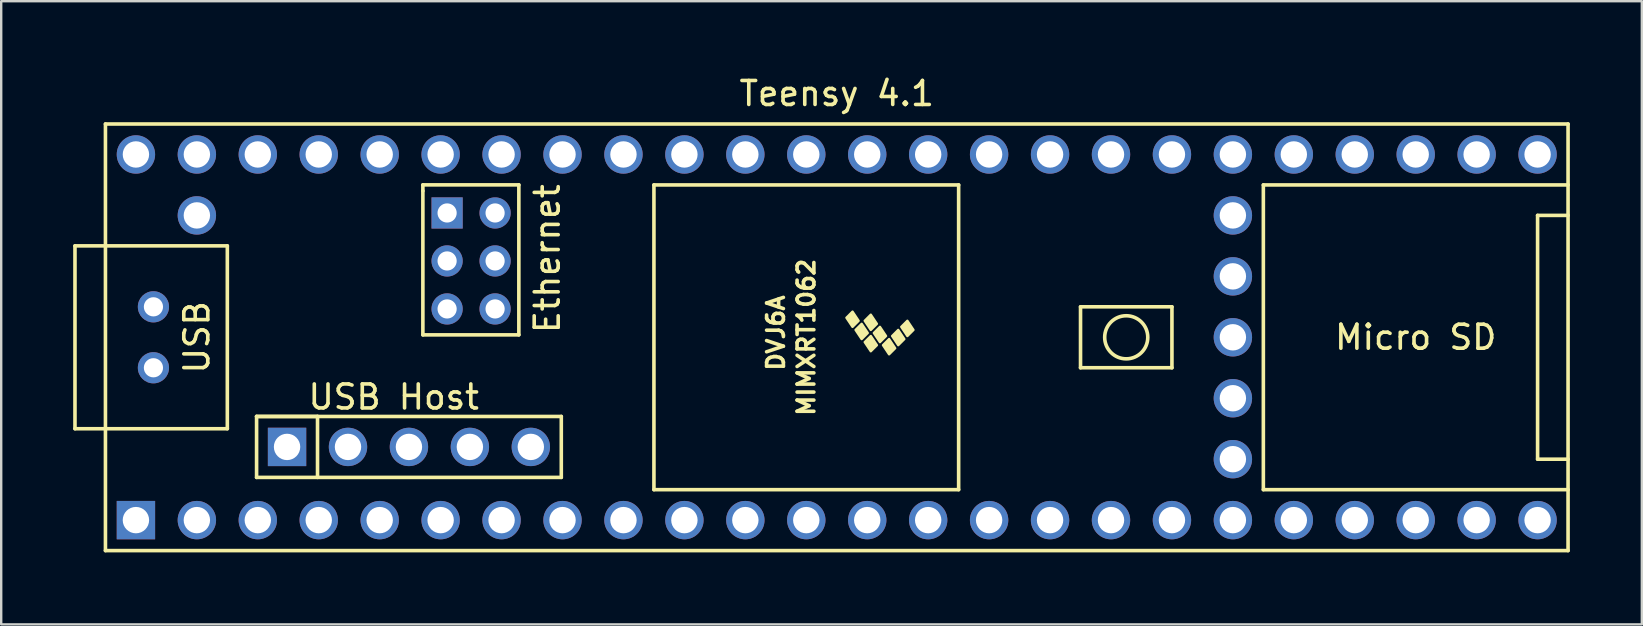
<source format=kicad_pcb>
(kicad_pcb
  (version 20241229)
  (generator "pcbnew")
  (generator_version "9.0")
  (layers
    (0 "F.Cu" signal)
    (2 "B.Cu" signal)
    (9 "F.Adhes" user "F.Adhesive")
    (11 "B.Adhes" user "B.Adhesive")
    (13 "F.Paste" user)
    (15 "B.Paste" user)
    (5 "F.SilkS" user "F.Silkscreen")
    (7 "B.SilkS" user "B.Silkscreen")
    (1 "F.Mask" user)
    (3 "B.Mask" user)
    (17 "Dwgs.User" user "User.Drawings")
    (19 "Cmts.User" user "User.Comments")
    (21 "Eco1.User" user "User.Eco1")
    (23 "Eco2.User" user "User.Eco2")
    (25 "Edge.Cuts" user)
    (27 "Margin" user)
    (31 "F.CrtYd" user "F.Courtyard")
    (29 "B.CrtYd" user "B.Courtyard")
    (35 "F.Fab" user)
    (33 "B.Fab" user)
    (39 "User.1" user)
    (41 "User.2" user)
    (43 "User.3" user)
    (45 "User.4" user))
  (footprint "Teensy 4.1"
    (layer "F.Cu")
    (at 31.825 11.008)
    (property "Reference" "Teensy 4.1" (at 0 -10.16 0) (layer "F.SilkS") (effects (font (size 1 1) (thickness 0.15))))
    (attr through_hole)
    (fp_line (start -31.75 -3.81) (end -30.48 -3.81) (stroke (width 0.15) (type solid)) (layer "F.SilkS"))
    (fp_line (start -31.75 3.81) (end -31.75 -3.81) (stroke (width 0.15) (type solid)) (layer "F.SilkS"))
    (fp_line (start -30.48 -8.89) (end 30.48 -8.89) (stroke (width 0.15) (type solid)) (layer "F.SilkS"))
    (fp_line (start -30.48 3.81) (end -31.75 3.81) (stroke (width 0.15) (type solid)) (layer "F.SilkS"))
    (fp_line (start -30.48 8.89) (end -30.48 -8.89) (stroke (width 0.15) (type solid)) (layer "F.SilkS"))
    (fp_line (start -25.4 -3.81) (end -30.48 -3.81) (stroke (width 0.15) (type solid)) (layer "F.SilkS"))
    (fp_line (start -25.4 3.81) (end -30.48 3.81) (stroke (width 0.15) (type solid)) (layer "F.SilkS"))
    (fp_line (start -25.4 3.81) (end -25.4 -3.81) (stroke (width 0.15) (type solid)) (layer "F.SilkS"))
    (fp_line (start -24.181 3.299) (end -21.641 3.299) (stroke (width 0.15) (type solid)) (layer "F.SilkS"))
    (fp_line (start -24.181 3.299) (end -11.481 3.299) (stroke (width 0.15) (type solid)) (layer "F.SilkS"))
    (fp_line (start -24.181 5.839) (end -24.181 3.299) (stroke (width 0.15) (type solid)) (layer "F.SilkS"))
    (fp_line (start -21.641 3.299) (end -21.641 5.839) (stroke (width 0.15) (type solid)) (layer "F.SilkS"))
    (fp_line (start -17.25 -6.352) (end -17.25 -6.102) (stroke (width 0.15) (type solid)) (layer "F.SilkS"))
    (fp_line (start -17.25 -6.102) (end -17.25 -0.102) (stroke (width 0.15) (type solid)) (layer "F.SilkS"))
    (fp_line (start -17.25 -0.102) (end -13.25 -0.102) (stroke (width 0.15) (type solid)) (layer "F.SilkS"))
    (fp_line (start -13.25 -6.352) (end -17.25 -6.352) (stroke (width 0.15) (type solid)) (layer "F.SilkS"))
    (fp_line (start -13.25 -0.102) (end -13.25 -6.352) (stroke (width 0.15) (type solid)) (layer "F.SilkS"))
    (fp_line (start -11.481 3.299) (end -11.481 5.839) (stroke (width 0.15) (type solid)) (layer "F.SilkS"))
    (fp_line (start -11.481 5.839) (end -24.181 5.839) (stroke (width 0.15) (type solid)) (layer "F.SilkS"))
    (fp_line (start -7.62 -6.35) (end -7.62 6.35) (stroke (width 0.15) (type solid)) (layer "F.SilkS"))
    (fp_line (start -7.62 6.35) (end 5.08 6.35) (stroke (width 0.15) (type solid)) (layer "F.SilkS"))
    (fp_line (start 5.08 -6.35) (end -7.62 -6.35) (stroke (width 0.15) (type solid)) (layer "F.SilkS"))
    (fp_line (start 5.08 6.35) (end 5.08 -6.35) (stroke (width 0.15) (type solid)) (layer "F.SilkS"))
    (fp_line (start 10.16 -1.27) (end 13.97 -1.27) (stroke (width 0.15) (type solid)) (layer "F.SilkS"))
    (fp_line (start 10.16 1.27) (end 10.16 -1.27) (stroke (width 0.15) (type solid)) (layer "F.SilkS"))
    (fp_line (start 13.97 -1.27) (end 13.97 1.27) (stroke (width 0.15) (type solid)) (layer "F.SilkS"))
    (fp_line (start 13.97 1.27) (end 10.16 1.27) (stroke (width 0.15) (type solid)) (layer "F.SilkS"))
    (fp_line (start 17.78 -6.35) (end 17.78 6.35) (stroke (width 0.15) (type solid)) (layer "F.SilkS"))
    (fp_line (start 17.78 6.35) (end 30.48 6.35) (stroke (width 0.15) (type solid)) (layer "F.SilkS"))
    (fp_line (start 29.21 -5.08) (end 29.21 5.08) (stroke (width 0.15) (type solid)) (layer "F.SilkS"))
    (fp_line (start 29.21 5.08) (end 30.48 5.08) (stroke (width 0.15) (type solid)) (layer "F.SilkS"))
    (fp_line (start 30.48 -8.89) (end 30.48 8.89) (stroke (width 0.15) (type solid)) (layer "F.SilkS"))
    (fp_line (start 30.48 -6.35) (end 17.78 -6.35) (stroke (width 0.15) (type solid)) (layer "F.SilkS"))
    (fp_line (start 30.48 -5.08) (end 29.21 -5.08) (stroke (width 0.15) (type solid)) (layer "F.SilkS"))
    (fp_line (start 30.48 8.89) (end -30.48 8.89) (stroke (width 0.15) (type solid)) (layer "F.SilkS"))
    (fp_circle (center 12.065 0) (end 12.7 -0.635) (stroke (width 0.15) (type solid)) (fill no) (layer "F.SilkS"))
    (fp_poly (pts (xy 0.911 -0.688) (xy 0.657 -0.434) (xy 0.403 -0.815) (xy 0.657 -1.069)) (stroke (width 0.1) (type solid)) (fill yes) (layer "F.SilkS"))
    (fp_poly (pts (xy 1.292 -0.18) (xy 1.038 0.074) (xy 0.784 -0.307) (xy 1.038 -0.561)) (stroke (width 0.1) (type solid)) (fill yes) (layer "F.SilkS"))
    (fp_poly (pts (xy 1.673 -0.561) (xy 1.419 -0.307) (xy 1.165 -0.688) (xy 1.419 -0.942)) (stroke (width 0.1) (type solid)) (fill yes) (layer "F.SilkS"))
    (fp_poly (pts (xy 1.673 0.328) (xy 1.419 0.582) (xy 1.165 0.201) (xy 1.419 -0.053)) (stroke (width 0.1) (type solid)) (fill yes) (layer "F.SilkS"))
    (fp_poly (pts (xy 2.054 -0.053) (xy 1.8 0.201) (xy 1.546 -0.18) (xy 1.8 -0.434)) (stroke (width 0.1) (type solid)) (fill yes) (layer "F.SilkS"))
    (fp_poly (pts (xy 2.435 0.455) (xy 2.181 0.709) (xy 1.927 0.328) (xy 2.181 0.074)) (stroke (width 0.1) (type solid)) (fill yes) (layer "F.SilkS"))
    (fp_poly (pts (xy 2.816 0.074) (xy 2.562 0.328) (xy 2.308 -0.053) (xy 2.562 -0.307)) (stroke (width 0.1) (type solid)) (fill yes) (layer "F.SilkS"))
    (fp_poly (pts (xy 3.197 -0.307) (xy 2.943 -0.053) (xy 2.689 -0.434) (xy 2.943 -0.688)) (stroke (width 0.1) (type solid)) (fill yes) (layer "F.SilkS"))
    (fp_text user "Micro SD" (at 24.13 0 0) (layer "F.SilkS") (effects (font (size 1 1) (thickness 0.15))))
    (fp_text user "Ethernet" (at -12.065 -3.277 90) (layer "F.SilkS") (effects (font (size 1 1) (thickness 0.15))))
    (fp_text user "USB Host" (at -18.466 2.489 0) (layer "F.SilkS") (effects (font (size 1 1) (thickness 0.15))))
    (fp_text user "DVJ6A" (at -2.54 -0.18 270) (layer "F.SilkS") (effects (font (size 0.7 0.7) (thickness 0.15))))
    (fp_text user "MIMXRT1062" (at -1.27 0 270) (layer "F.SilkS") (effects (font (size 0.7 0.7) (thickness 0.15))))
    (fp_text user "USB" (at -26.67 0 270) (layer "F.SilkS") (effects (font (size 1 1) (thickness 0.15))))
    (pad "1" thru_hole rect (at -29.21 7.62) (size 1.6 1.6) (drill 1.1) (layers "*.Cu" "*.Mask"))
    (pad "2" thru_hole circle (at -26.67 7.62) (size 1.6 1.6) (drill 1.1) (layers "*.Cu" "*.Mask"))
    (pad "3" thru_hole circle (at -24.13 7.62) (size 1.6 1.6) (drill 1.1) (layers "*.Cu" "*.Mask"))
    (pad "4" thru_hole circle (at -21.59 7.62) (size 1.6 1.6) (drill 1.1) (layers "*.Cu" "*.Mask"))
    (pad "5" thru_hole circle (at -19.05 7.62) (size 1.6 1.6) (drill 1.1) (layers "*.Cu" "*.Mask"))
    (pad "6" thru_hole circle (at -16.51 7.62) (size 1.6 1.6) (drill 1.1) (layers "*.Cu" "*.Mask"))
    (pad "7" thru_hole circle (at -13.97 7.62) (size 1.6 1.6) (drill 1.1) (layers "*.Cu" "*.Mask"))
    (pad "8" thru_hole circle (at -11.43 7.62) (size 1.6 1.6) (drill 1.1) (layers "*.Cu" "*.Mask"))
    (pad "9" thru_hole circle (at -8.89 7.62) (size 1.6 1.6) (drill 1.1) (layers "*.Cu" "*.Mask"))
    (pad "10" thru_hole circle (at -6.35 7.62) (size 1.6 1.6) (drill 1.1) (layers "*.Cu" "*.Mask"))
    (pad "11" thru_hole circle (at -3.81 7.62) (size 1.6 1.6) (drill 1.1) (layers "*.Cu" "*.Mask"))
    (pad "12" thru_hole circle (at -1.27 7.62) (size 1.6 1.6) (drill 1.1) (layers "*.Cu" "*.Mask"))
    (pad "13" thru_hole circle (at 1.27 7.62) (size 1.6 1.6) (drill 1.1) (layers "*.Cu" "*.Mask"))
    (pad "14" thru_hole circle (at 3.81 7.62) (size 1.6 1.6) (drill 1.1) (layers "*.Cu" "*.Mask"))
    (pad "15" thru_hole circle (at 6.35 7.62) (size 1.6 1.6) (drill 1.1) (layers "*.Cu" "*.Mask"))
    (pad "16" thru_hole circle (at 8.89 7.62) (size 1.6 1.6) (drill 1.1) (layers "*.Cu" "*.Mask"))
    (pad "17" thru_hole circle (at 11.43 7.62) (size 1.6 1.6) (drill 1.1) (layers "*.Cu" "*.Mask"))
    (pad "18" thru_hole circle (at 13.97 7.62) (size 1.6 1.6) (drill 1.1) (layers "*.Cu" "*.Mask"))
    (pad "19" thru_hole circle (at 16.51 7.62) (size 1.6 1.6) (drill 1.1) (layers "*.Cu" "*.Mask"))
    (pad "20" thru_hole circle (at 19.05 7.62) (size 1.6 1.6) (drill 1.1) (layers "*.Cu" "*.Mask"))
    (pad "21" thru_hole circle (at 21.59 7.62) (size 1.6 1.6) (drill 1.1) (layers "*.Cu" "*.Mask"))
    (pad "22" thru_hole circle (at 24.13 7.62) (size 1.6 1.6) (drill 1.1) (layers "*.Cu" "*.Mask"))
    (pad "23" thru_hole circle (at 26.67 7.62) (size 1.6 1.6) (drill 1.1) (layers "*.Cu" "*.Mask"))
    (pad "24" thru_hole circle (at 29.21 7.62) (size 1.6 1.6) (drill 1.1) (layers "*.Cu" "*.Mask"))
    (pad "25" thru_hole circle (at 29.21 -7.62) (size 1.6 1.6) (drill 1.1) (layers "*.Cu" "*.Mask"))
    (pad "26" thru_hole circle (at 26.67 -7.62) (size 1.6 1.6) (drill 1.1) (layers "*.Cu" "*.Mask"))
    (pad "27" thru_hole circle (at 24.13 -7.62) (size 1.6 1.6) (drill 1.1) (layers "*.Cu" "*.Mask"))
    (pad "28" thru_hole circle (at 21.59 -7.62) (size 1.6 1.6) (drill 1.1) (layers "*.Cu" "*.Mask"))
    (pad "29" thru_hole circle (at 19.05 -7.62) (size 1.6 1.6) (drill 1.1) (layers "*.Cu" "*.Mask"))
    (pad "30" thru_hole circle (at 16.51 -7.62) (size 1.6 1.6) (drill 1.1) (layers "*.Cu" "*.Mask"))
    (pad "31" thru_hole circle (at 13.97 -7.62) (size 1.6 1.6) (drill 1.1) (layers "*.Cu" "*.Mask"))
    (pad "32" thru_hole circle (at 11.43 -7.62) (size 1.6 1.6) (drill 1.1) (layers "*.Cu" "*.Mask"))
    (pad "33" thru_hole circle (at 8.89 -7.62) (size 1.6 1.6) (drill 1.1) (layers "*.Cu" "*.Mask"))
    (pad "34" thru_hole circle (at 6.35 -7.62) (size 1.6 1.6) (drill 1.1) (layers "*.Cu" "*.Mask"))
    (pad "35" thru_hole circle (at 3.81 -7.62) (size 1.6 1.6) (drill 1.1) (layers "*.Cu" "*.Mask"))
    (pad "36" thru_hole circle (at 1.27 -7.62) (size 1.6 1.6) (drill 1.1) (layers "*.Cu" "*.Mask"))
    (pad "37" thru_hole circle (at -1.27 -7.62) (size 1.6 1.6) (drill 1.1) (layers "*.Cu" "*.Mask"))
    (pad "38" thru_hole circle (at -3.81 -7.62) (size 1.6 1.6) (drill 1.1) (layers "*.Cu" "*.Mask"))
    (pad "39" thru_hole circle (at -6.35 -7.62) (size 1.6 1.6) (drill 1.1) (layers "*.Cu" "*.Mask"))
    (pad "40" thru_hole circle (at -8.89 -7.62) (size 1.6 1.6) (drill 1.1) (layers "*.Cu" "*.Mask"))
    (pad "41" thru_hole circle (at -11.43 -7.62) (size 1.6 1.6) (drill 1.1) (layers "*.Cu" "*.Mask"))
    (pad "42" thru_hole circle (at -13.97 -7.62) (size 1.6 1.6) (drill 1.1) (layers "*.Cu" "*.Mask"))
    (pad "43" thru_hole circle (at -16.51 -7.62) (size 1.6 1.6) (drill 1.1) (layers "*.Cu" "*.Mask"))
    (pad "44" thru_hole circle (at -19.05 -7.62) (size 1.6 1.6) (drill 1.1) (layers "*.Cu" "*.Mask"))
    (pad "45" thru_hole circle (at -21.59 -7.62) (size 1.6 1.6) (drill 1.1) (layers "*.Cu" "*.Mask"))
    (pad "46" thru_hole circle (at -24.13 -7.62) (size 1.6 1.6) (drill 1.1) (layers "*.Cu" "*.Mask"))
    (pad "47" thru_hole circle (at -26.67 -7.62) (size 1.6 1.6) (drill 1.1) (layers "*.Cu" "*.Mask"))
    (pad "48" thru_hole circle (at -29.21 -7.62) (size 1.6 1.6) (drill 1.1) (layers "*.Cu" "*.Mask"))
    (pad "49" thru_hole circle (at -26.67 -5.08) (size 1.6 1.6) (drill 1.1) (layers "*.Cu" "*.Mask"))
    (pad "50" thru_hole circle (at 16.51 5.08) (size 1.6 1.6) (drill 1.1) (layers "*.Cu" "*.Mask"))
    (pad "51" thru_hole circle (at 16.51 2.54) (size 1.6 1.6) (drill 1.1) (layers "*.Cu" "*.Mask"))
    (pad "52" thru_hole circle (at 16.51 0) (size 1.6 1.6) (drill 1.1) (layers "*.Cu" "*.Mask"))
    (pad "53" thru_hole circle (at 16.51 -2.54) (size 1.6 1.6) (drill 1.1) (layers "*.Cu" "*.Mask"))
    (pad "54" thru_hole circle (at 16.51 -5.08) (size 1.6 1.6) (drill 1.1) (layers "*.Cu" "*.Mask"))
    (pad "55" thru_hole rect (at -22.911 4.569) (size 1.6 1.6) (drill 1.1) (layers "*.Cu" "*.Mask"))
    (pad "56" thru_hole circle (at -20.371 4.569) (size 1.6 1.6) (drill 1.1) (layers "*.Cu" "*.Mask"))
    (pad "57" thru_hole circle (at -17.831 4.569) (size 1.6 1.6) (drill 1.1) (layers "*.Cu" "*.Mask"))
    (pad "58" thru_hole circle (at -15.291 4.569) (size 1.6 1.6) (drill 1.1) (layers "*.Cu" "*.Mask"))
    (pad "59" thru_hole circle (at -12.751 4.569) (size 1.6 1.6) (drill 1.1) (layers "*.Cu" "*.Mask"))
    (pad "60" thru_hole rect (at -16.24 -5.182) (size 1.3 1.3) (drill 0.8) (layers "*.Cu" "*.Mask"))
    (pad "61" thru_hole circle (at -16.24 -3.182) (size 1.3 1.3) (drill 0.8) (layers "*.Cu" "*.Mask"))
    (pad "62" thru_hole circle (at -16.24 -1.182) (size 1.3 1.3) (drill 0.8) (layers "*.Cu" "*.Mask"))
    (pad "63" thru_hole circle (at -14.24 -1.182) (size 1.3 1.3) (drill 0.8) (layers "*.Cu" "*.Mask"))
    (pad "64" thru_hole circle (at -14.24 -3.182) (size 1.3 1.3) (drill 0.8) (layers "*.Cu" "*.Mask"))
    (pad "65" thru_hole circle (at -14.24 -5.182) (size 1.3 1.3) (drill 0.8) (layers "*.Cu" "*.Mask"))
    (pad "66" thru_hole circle (at -28.48 -1.27) (size 1.3 1.3) (drill 0.8) (layers "*.Cu" "*.Mask"))
    (pad "67" thru_hole circle (at -28.48 1.27) (size 1.3 1.3) (drill 0.8) (layers "*.Cu" "*.Mask")))
  (gr_rect
    (start -3 -3)
    (end 65.38 22.973)
    (stroke (width 0.1) (type default))
    (fill no)
    (layer "Edge.Cuts")))
</source>
